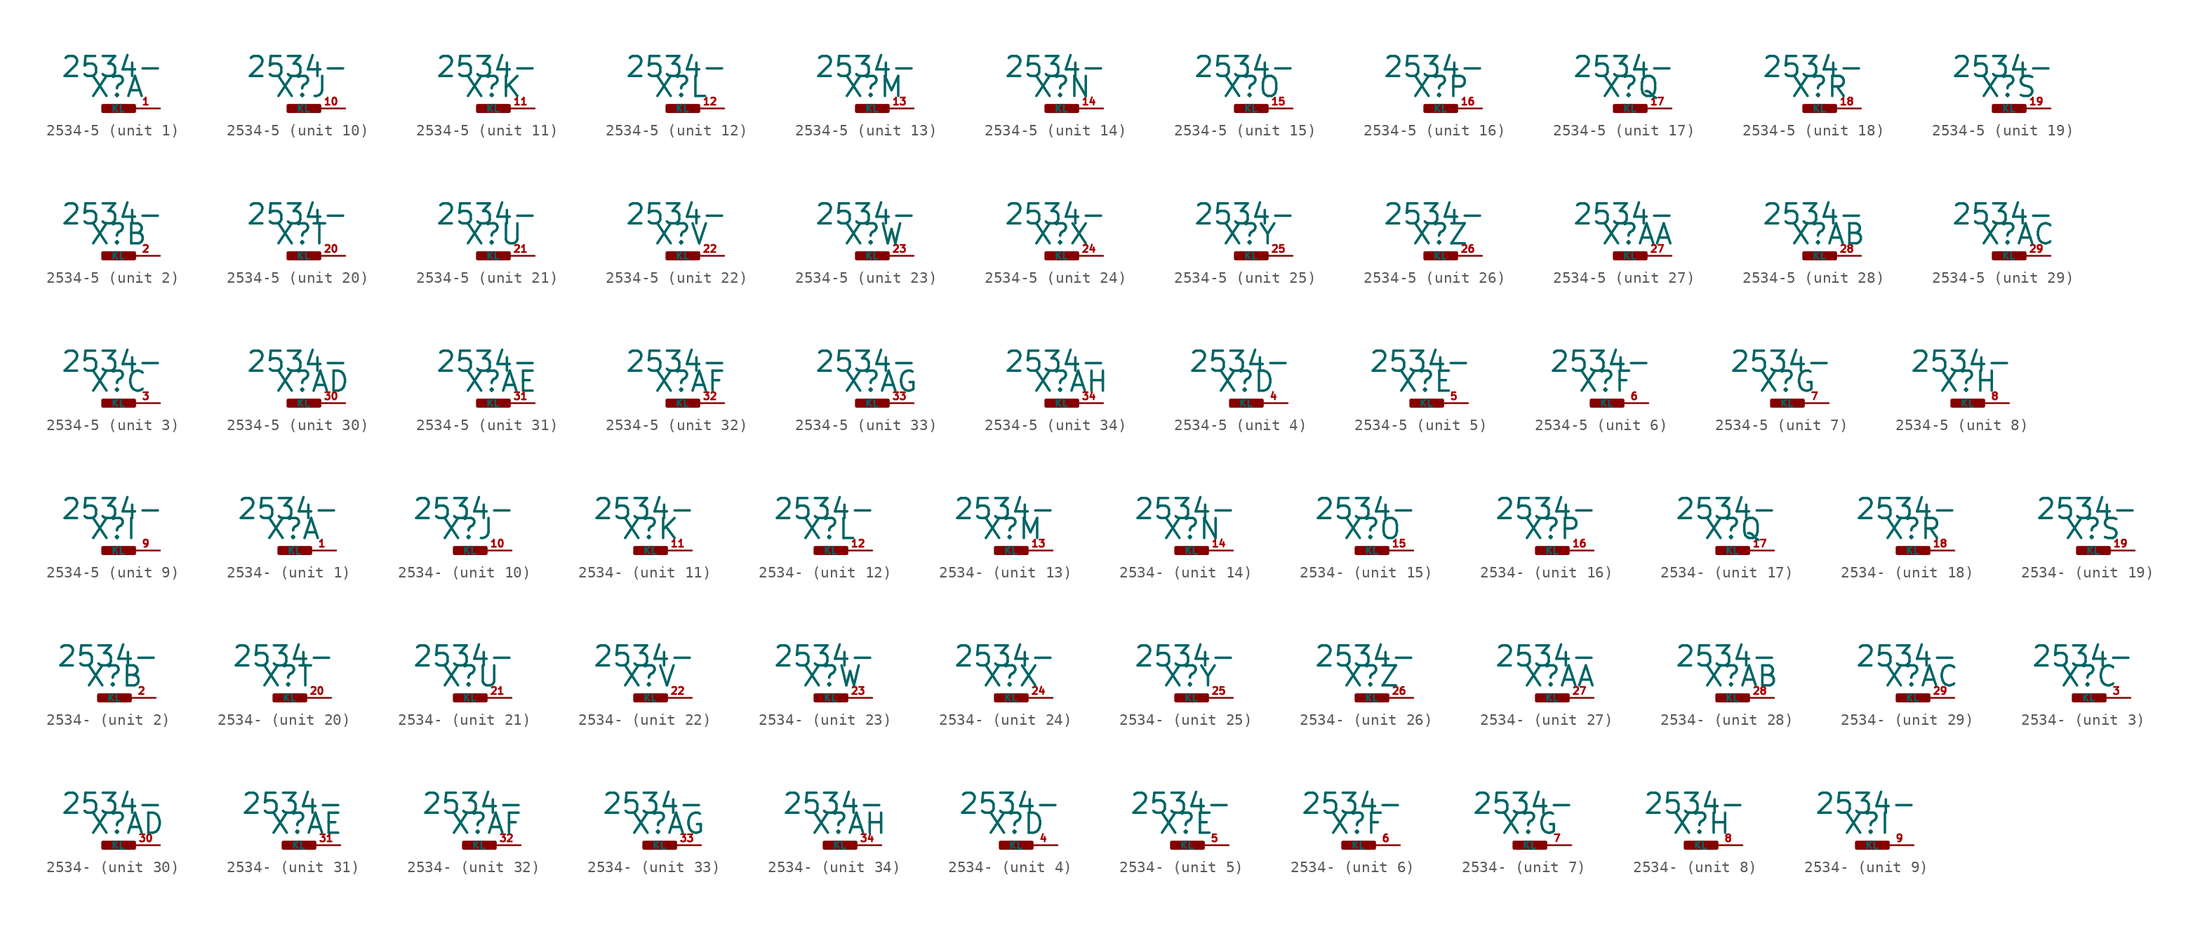
<source format=kicad_sym>
(kicad_symbol_lib
  (version 20220914)
  (generator Eagle2Kicad)
  (symbol "2534-5"
    (property "Reference" "X"
      (at -1.27 0.889 0)
      (effects (font (size 1.778 1.778) (thickness 0.22)) (justify left bottom)))
    (property "Value" "2534-"
      (at -3.81 2.667 0)
      (effects (font (size 1.778 1.778) (thickness 0.22)) (justify left bottom)))
    (symbol "2534-5_1_0"
      (rectangle (start 0 -0.254) (end 2.794 0.254) (stroke (width 0.3) (type default)) (fill (type outline)))
      (pin passive line (at 5.08 0 180) (length 2.54) (name "KL" (effects (font (size 0.635 0.635) (thickness 0.08)) (justify left bottom))) (number "1" (effects (font (size 0.635 0.635) (thickness 0.08)) (justify left bottom)))))
    (symbol "2534-5_2_0"
      (rectangle (start 0 -0.254) (end 2.794 0.254) (stroke (width 0.3) (type default)) (fill (type outline)))
      (pin passive line (at 5.08 0 180) (length 2.54) (name "KL" (effects (font (size 0.635 0.635) (thickness 0.08)) (justify left bottom))) (number "2" (effects (font (size 0.635 0.635) (thickness 0.08)) (justify left bottom)))))
    (symbol "2534-5_3_0"
      (rectangle (start 0 -0.254) (end 2.794 0.254) (stroke (width 0.3) (type default)) (fill (type outline)))
      (pin passive line (at 5.08 0 180) (length 2.54) (name "KL" (effects (font (size 0.635 0.635) (thickness 0.08)) (justify left bottom))) (number "3" (effects (font (size 0.635 0.635) (thickness 0.08)) (justify left bottom)))))
    (symbol "2534-5_4_0"
      (rectangle (start 0 -0.254) (end 2.794 0.254) (stroke (width 0.3) (type default)) (fill (type outline)))
      (pin passive line (at 5.08 0 180) (length 2.54) (name "KL" (effects (font (size 0.635 0.635) (thickness 0.08)) (justify left bottom))) (number "4" (effects (font (size 0.635 0.635) (thickness 0.08)) (justify left bottom)))))
    (symbol "2534-5_5_0"
      (rectangle (start 0 -0.254) (end 2.794 0.254) (stroke (width 0.3) (type default)) (fill (type outline)))
      (pin passive line (at 5.08 0 180) (length 2.54) (name "KL" (effects (font (size 0.635 0.635) (thickness 0.08)) (justify left bottom))) (number "5" (effects (font (size 0.635 0.635) (thickness 0.08)) (justify left bottom)))))
    (symbol "2534-5_6_0"
      (rectangle (start 0 -0.254) (end 2.794 0.254) (stroke (width 0.3) (type default)) (fill (type outline)))
      (pin passive line (at 5.08 0 180) (length 2.54) (name "KL" (effects (font (size 0.635 0.635) (thickness 0.08)) (justify left bottom))) (number "6" (effects (font (size 0.635 0.635) (thickness 0.08)) (justify left bottom)))))
    (symbol "2534-5_7_0"
      (rectangle (start 0 -0.254) (end 2.794 0.254) (stroke (width 0.3) (type default)) (fill (type outline)))
      (pin passive line (at 5.08 0 180) (length 2.54) (name "KL" (effects (font (size 0.635 0.635) (thickness 0.08)) (justify left bottom))) (number "7" (effects (font (size 0.635 0.635) (thickness 0.08)) (justify left bottom)))))
    (symbol "2534-5_8_0"
      (rectangle (start 0 -0.254) (end 2.794 0.254) (stroke (width 0.3) (type default)) (fill (type outline)))
      (pin passive line (at 5.08 0 180) (length 2.54) (name "KL" (effects (font (size 0.635 0.635) (thickness 0.08)) (justify left bottom))) (number "8" (effects (font (size 0.635 0.635) (thickness 0.08)) (justify left bottom)))))
    (symbol "2534-5_9_0"
      (rectangle (start 0 -0.254) (end 2.794 0.254) (stroke (width 0.3) (type default)) (fill (type outline)))
      (pin passive line (at 5.08 0 180) (length 2.54) (name "KL" (effects (font (size 0.635 0.635) (thickness 0.08)) (justify left bottom))) (number "9" (effects (font (size 0.635 0.635) (thickness 0.08)) (justify left bottom)))))
    (symbol "2534-5_10_0"
      (rectangle (start 0 -0.254) (end 2.794 0.254) (stroke (width 0.3) (type default)) (fill (type outline)))
      (pin passive line (at 5.08 0 180) (length 2.54) (name "KL" (effects (font (size 0.635 0.635) (thickness 0.08)) (justify left bottom))) (number "10" (effects (font (size 0.635 0.635) (thickness 0.08)) (justify left bottom)))))
    (symbol "2534-5_11_0"
      (rectangle (start 0 -0.254) (end 2.794 0.254) (stroke (width 0.3) (type default)) (fill (type outline)))
      (pin passive line (at 5.08 0 180) (length 2.54) (name "KL" (effects (font (size 0.635 0.635) (thickness 0.08)) (justify left bottom))) (number "11" (effects (font (size 0.635 0.635) (thickness 0.08)) (justify left bottom)))))
    (symbol "2534-5_12_0"
      (rectangle (start 0 -0.254) (end 2.794 0.254) (stroke (width 0.3) (type default)) (fill (type outline)))
      (pin passive line (at 5.08 0 180) (length 2.54) (name "KL" (effects (font (size 0.635 0.635) (thickness 0.08)) (justify left bottom))) (number "12" (effects (font (size 0.635 0.635) (thickness 0.08)) (justify left bottom)))))
    (symbol "2534-5_13_0"
      (rectangle (start 0 -0.254) (end 2.794 0.254) (stroke (width 0.3) (type default)) (fill (type outline)))
      (pin passive line (at 5.08 0 180) (length 2.54) (name "KL" (effects (font (size 0.635 0.635) (thickness 0.08)) (justify left bottom))) (number "13" (effects (font (size 0.635 0.635) (thickness 0.08)) (justify left bottom)))))
    (symbol "2534-5_14_0"
      (rectangle (start 0 -0.254) (end 2.794 0.254) (stroke (width 0.3) (type default)) (fill (type outline)))
      (pin passive line (at 5.08 0 180) (length 2.54) (name "KL" (effects (font (size 0.635 0.635) (thickness 0.08)) (justify left bottom))) (number "14" (effects (font (size 0.635 0.635) (thickness 0.08)) (justify left bottom)))))
    (symbol "2534-5_15_0"
      (rectangle (start 0 -0.254) (end 2.794 0.254) (stroke (width 0.3) (type default)) (fill (type outline)))
      (pin passive line (at 5.08 0 180) (length 2.54) (name "KL" (effects (font (size 0.635 0.635) (thickness 0.08)) (justify left bottom))) (number "15" (effects (font (size 0.635 0.635) (thickness 0.08)) (justify left bottom)))))
    (symbol "2534-5_16_0"
      (rectangle (start 0 -0.254) (end 2.794 0.254) (stroke (width 0.3) (type default)) (fill (type outline)))
      (pin passive line (at 5.08 0 180) (length 2.54) (name "KL" (effects (font (size 0.635 0.635) (thickness 0.08)) (justify left bottom))) (number "16" (effects (font (size 0.635 0.635) (thickness 0.08)) (justify left bottom)))))
    (symbol "2534-5_17_0"
      (rectangle (start 0 -0.254) (end 2.794 0.254) (stroke (width 0.3) (type default)) (fill (type outline)))
      (pin passive line (at 5.08 0 180) (length 2.54) (name "KL" (effects (font (size 0.635 0.635) (thickness 0.08)) (justify left bottom))) (number "17" (effects (font (size 0.635 0.635) (thickness 0.08)) (justify left bottom)))))
    (symbol "2534-5_18_0"
      (rectangle (start 0 -0.254) (end 2.794 0.254) (stroke (width 0.3) (type default)) (fill (type outline)))
      (pin passive line (at 5.08 0 180) (length 2.54) (name "KL" (effects (font (size 0.635 0.635) (thickness 0.08)) (justify left bottom))) (number "18" (effects (font (size 0.635 0.635) (thickness 0.08)) (justify left bottom)))))
    (symbol "2534-5_19_0"
      (rectangle (start 0 -0.254) (end 2.794 0.254) (stroke (width 0.3) (type default)) (fill (type outline)))
      (pin passive line (at 5.08 0 180) (length 2.54) (name "KL" (effects (font (size 0.635 0.635) (thickness 0.08)) (justify left bottom))) (number "19" (effects (font (size 0.635 0.635) (thickness 0.08)) (justify left bottom)))))
    (symbol "2534-5_20_0"
      (rectangle (start 0 -0.254) (end 2.794 0.254) (stroke (width 0.3) (type default)) (fill (type outline)))
      (pin passive line (at 5.08 0 180) (length 2.54) (name "KL" (effects (font (size 0.635 0.635) (thickness 0.08)) (justify left bottom))) (number "20" (effects (font (size 0.635 0.635) (thickness 0.08)) (justify left bottom)))))
    (symbol "2534-5_21_0"
      (rectangle (start 0 -0.254) (end 2.794 0.254) (stroke (width 0.3) (type default)) (fill (type outline)))
      (pin passive line (at 5.08 0 180) (length 2.54) (name "KL" (effects (font (size 0.635 0.635) (thickness 0.08)) (justify left bottom))) (number "21" (effects (font (size 0.635 0.635) (thickness 0.08)) (justify left bottom)))))
    (symbol "2534-5_22_0"
      (rectangle (start 0 -0.254) (end 2.794 0.254) (stroke (width 0.3) (type default)) (fill (type outline)))
      (pin passive line (at 5.08 0 180) (length 2.54) (name "KL" (effects (font (size 0.635 0.635) (thickness 0.08)) (justify left bottom))) (number "22" (effects (font (size 0.635 0.635) (thickness 0.08)) (justify left bottom)))))
    (symbol "2534-5_23_0"
      (rectangle (start 0 -0.254) (end 2.794 0.254) (stroke (width 0.3) (type default)) (fill (type outline)))
      (pin passive line (at 5.08 0 180) (length 2.54) (name "KL" (effects (font (size 0.635 0.635) (thickness 0.08)) (justify left bottom))) (number "23" (effects (font (size 0.635 0.635) (thickness 0.08)) (justify left bottom)))))
    (symbol "2534-5_24_0"
      (rectangle (start 0 -0.254) (end 2.794 0.254) (stroke (width 0.3) (type default)) (fill (type outline)))
      (pin passive line (at 5.08 0 180) (length 2.54) (name "KL" (effects (font (size 0.635 0.635) (thickness 0.08)) (justify left bottom))) (number "24" (effects (font (size 0.635 0.635) (thickness 0.08)) (justify left bottom)))))
    (symbol "2534-5_25_0"
      (rectangle (start 0 -0.254) (end 2.794 0.254) (stroke (width 0.3) (type default)) (fill (type outline)))
      (pin passive line (at 5.08 0 180) (length 2.54) (name "KL" (effects (font (size 0.635 0.635) (thickness 0.08)) (justify left bottom))) (number "25" (effects (font (size 0.635 0.635) (thickness 0.08)) (justify left bottom)))))
    (symbol "2534-5_26_0"
      (rectangle (start 0 -0.254) (end 2.794 0.254) (stroke (width 0.3) (type default)) (fill (type outline)))
      (pin passive line (at 5.08 0 180) (length 2.54) (name "KL" (effects (font (size 0.635 0.635) (thickness 0.08)) (justify left bottom))) (number "26" (effects (font (size 0.635 0.635) (thickness 0.08)) (justify left bottom)))))
    (symbol "2534-5_27_0"
      (rectangle (start 0 -0.254) (end 2.794 0.254) (stroke (width 0.3) (type default)) (fill (type outline)))
      (pin passive line (at 5.08 0 180) (length 2.54) (name "KL" (effects (font (size 0.635 0.635) (thickness 0.08)) (justify left bottom))) (number "27" (effects (font (size 0.635 0.635) (thickness 0.08)) (justify left bottom)))))
    (symbol "2534-5_28_0"
      (rectangle (start 0 -0.254) (end 2.794 0.254) (stroke (width 0.3) (type default)) (fill (type outline)))
      (pin passive line (at 5.08 0 180) (length 2.54) (name "KL" (effects (font (size 0.635 0.635) (thickness 0.08)) (justify left bottom))) (number "28" (effects (font (size 0.635 0.635) (thickness 0.08)) (justify left bottom)))))
    (symbol "2534-5_29_0"
      (rectangle (start 0 -0.254) (end 2.794 0.254) (stroke (width 0.3) (type default)) (fill (type outline)))
      (pin passive line (at 5.08 0 180) (length 2.54) (name "KL" (effects (font (size 0.635 0.635) (thickness 0.08)) (justify left bottom))) (number "29" (effects (font (size 0.635 0.635) (thickness 0.08)) (justify left bottom)))))
    (symbol "2534-5_30_0"
      (rectangle (start 0 -0.254) (end 2.794 0.254) (stroke (width 0.3) (type default)) (fill (type outline)))
      (pin passive line (at 5.08 0 180) (length 2.54) (name "KL" (effects (font (size 0.635 0.635) (thickness 0.08)) (justify left bottom))) (number "30" (effects (font (size 0.635 0.635) (thickness 0.08)) (justify left bottom)))))
    (symbol "2534-5_31_0"
      (rectangle (start 0 -0.254) (end 2.794 0.254) (stroke (width 0.3) (type default)) (fill (type outline)))
      (pin passive line (at 5.08 0 180) (length 2.54) (name "KL" (effects (font (size 0.635 0.635) (thickness 0.08)) (justify left bottom))) (number "31" (effects (font (size 0.635 0.635) (thickness 0.08)) (justify left bottom)))))
    (symbol "2534-5_32_0"
      (rectangle (start 0 -0.254) (end 2.794 0.254) (stroke (width 0.3) (type default)) (fill (type outline)))
      (pin passive line (at 5.08 0 180) (length 2.54) (name "KL" (effects (font (size 0.635 0.635) (thickness 0.08)) (justify left bottom))) (number "32" (effects (font (size 0.635 0.635) (thickness 0.08)) (justify left bottom)))))
    (symbol "2534-5_33_0"
      (rectangle (start 0 -0.254) (end 2.794 0.254) (stroke (width 0.3) (type default)) (fill (type outline)))
      (pin passive line (at 5.08 0 180) (length 2.54) (name "KL" (effects (font (size 0.635 0.635) (thickness 0.08)) (justify left bottom))) (number "33" (effects (font (size 0.635 0.635) (thickness 0.08)) (justify left bottom)))))
    (symbol "2534-5_34_0"
      (rectangle (start 0 -0.254) (end 2.794 0.254) (stroke (width 0.3) (type default)) (fill (type outline)))
      (pin passive line (at 5.08 0 180) (length 2.54) (name "KL" (effects (font (size 0.635 0.635) (thickness 0.08)) (justify left bottom))) (number "34" (effects (font (size 0.635 0.635) (thickness 0.08)) (justify left bottom))))))
  (symbol "2534-"
    (property "Reference" "X"
      (at -1.27 0.889 0)
      (effects (font (size 1.778 1.778) (thickness 0.22)) (justify left bottom)))
    (property "Value" "2534-"
      (at -3.81 2.667 0)
      (effects (font (size 1.778 1.778) (thickness 0.22)) (justify left bottom)))
    (symbol "2534-_1_0"
      (rectangle (start 0 -0.254) (end 2.794 0.254) (stroke (width 0.3) (type default)) (fill (type outline)))
      (pin passive line (at 5.08 0 180) (length 2.54) (name "KL" (effects (font (size 0.635 0.635) (thickness 0.08)) (justify left bottom))) (number "1" (effects (font (size 0.635 0.635) (thickness 0.08)) (justify left bottom)))))
    (symbol "2534-_2_0"
      (rectangle (start 0 -0.254) (end 2.794 0.254) (stroke (width 0.3) (type default)) (fill (type outline)))
      (pin passive line (at 5.08 0 180) (length 2.54) (name "KL" (effects (font (size 0.635 0.635) (thickness 0.08)) (justify left bottom))) (number "2" (effects (font (size 0.635 0.635) (thickness 0.08)) (justify left bottom)))))
    (symbol "2534-_3_0"
      (rectangle (start 0 -0.254) (end 2.794 0.254) (stroke (width 0.3) (type default)) (fill (type outline)))
      (pin passive line (at 5.08 0 180) (length 2.54) (name "KL" (effects (font (size 0.635 0.635) (thickness 0.08)) (justify left bottom))) (number "3" (effects (font (size 0.635 0.635) (thickness 0.08)) (justify left bottom)))))
    (symbol "2534-_4_0"
      (rectangle (start 0 -0.254) (end 2.794 0.254) (stroke (width 0.3) (type default)) (fill (type outline)))
      (pin passive line (at 5.08 0 180) (length 2.54) (name "KL" (effects (font (size 0.635 0.635) (thickness 0.08)) (justify left bottom))) (number "4" (effects (font (size 0.635 0.635) (thickness 0.08)) (justify left bottom)))))
    (symbol "2534-_5_0"
      (rectangle (start 0 -0.254) (end 2.794 0.254) (stroke (width 0.3) (type default)) (fill (type outline)))
      (pin passive line (at 5.08 0 180) (length 2.54) (name "KL" (effects (font (size 0.635 0.635) (thickness 0.08)) (justify left bottom))) (number "5" (effects (font (size 0.635 0.635) (thickness 0.08)) (justify left bottom)))))
    (symbol "2534-_6_0"
      (rectangle (start 0 -0.254) (end 2.794 0.254) (stroke (width 0.3) (type default)) (fill (type outline)))
      (pin passive line (at 5.08 0 180) (length 2.54) (name "KL" (effects (font (size 0.635 0.635) (thickness 0.08)) (justify left bottom))) (number "6" (effects (font (size 0.635 0.635) (thickness 0.08)) (justify left bottom)))))
    (symbol "2534-_7_0"
      (rectangle (start 0 -0.254) (end 2.794 0.254) (stroke (width 0.3) (type default)) (fill (type outline)))
      (pin passive line (at 5.08 0 180) (length 2.54) (name "KL" (effects (font (size 0.635 0.635) (thickness 0.08)) (justify left bottom))) (number "7" (effects (font (size 0.635 0.635) (thickness 0.08)) (justify left bottom)))))
    (symbol "2534-_8_0"
      (rectangle (start 0 -0.254) (end 2.794 0.254) (stroke (width 0.3) (type default)) (fill (type outline)))
      (pin passive line (at 5.08 0 180) (length 2.54) (name "KL" (effects (font (size 0.635 0.635) (thickness 0.08)) (justify left bottom))) (number "8" (effects (font (size 0.635 0.635) (thickness 0.08)) (justify left bottom)))))
    (symbol "2534-_9_0"
      (rectangle (start 0 -0.254) (end 2.794 0.254) (stroke (width 0.3) (type default)) (fill (type outline)))
      (pin passive line (at 5.08 0 180) (length 2.54) (name "KL" (effects (font (size 0.635 0.635) (thickness 0.08)) (justify left bottom))) (number "9" (effects (font (size 0.635 0.635) (thickness 0.08)) (justify left bottom)))))
    (symbol "2534-_10_0"
      (rectangle (start 0 -0.254) (end 2.794 0.254) (stroke (width 0.3) (type default)) (fill (type outline)))
      (pin passive line (at 5.08 0 180) (length 2.54) (name "KL" (effects (font (size 0.635 0.635) (thickness 0.08)) (justify left bottom))) (number "10" (effects (font (size 0.635 0.635) (thickness 0.08)) (justify left bottom)))))
    (symbol "2534-_11_0"
      (rectangle (start 0 -0.254) (end 2.794 0.254) (stroke (width 0.3) (type default)) (fill (type outline)))
      (pin passive line (at 5.08 0 180) (length 2.54) (name "KL" (effects (font (size 0.635 0.635) (thickness 0.08)) (justify left bottom))) (number "11" (effects (font (size 0.635 0.635) (thickness 0.08)) (justify left bottom)))))
    (symbol "2534-_12_0"
      (rectangle (start 0 -0.254) (end 2.794 0.254) (stroke (width 0.3) (type default)) (fill (type outline)))
      (pin passive line (at 5.08 0 180) (length 2.54) (name "KL" (effects (font (size 0.635 0.635) (thickness 0.08)) (justify left bottom))) (number "12" (effects (font (size 0.635 0.635) (thickness 0.08)) (justify left bottom)))))
    (symbol "2534-_13_0"
      (rectangle (start 0 -0.254) (end 2.794 0.254) (stroke (width 0.3) (type default)) (fill (type outline)))
      (pin passive line (at 5.08 0 180) (length 2.54) (name "KL" (effects (font (size 0.635 0.635) (thickness 0.08)) (justify left bottom))) (number "13" (effects (font (size 0.635 0.635) (thickness 0.08)) (justify left bottom)))))
    (symbol "2534-_14_0"
      (rectangle (start 0 -0.254) (end 2.794 0.254) (stroke (width 0.3) (type default)) (fill (type outline)))
      (pin passive line (at 5.08 0 180) (length 2.54) (name "KL" (effects (font (size 0.635 0.635) (thickness 0.08)) (justify left bottom))) (number "14" (effects (font (size 0.635 0.635) (thickness 0.08)) (justify left bottom)))))
    (symbol "2534-_15_0"
      (rectangle (start 0 -0.254) (end 2.794 0.254) (stroke (width 0.3) (type default)) (fill (type outline)))
      (pin passive line (at 5.08 0 180) (length 2.54) (name "KL" (effects (font (size 0.635 0.635) (thickness 0.08)) (justify left bottom))) (number "15" (effects (font (size 0.635 0.635) (thickness 0.08)) (justify left bottom)))))
    (symbol "2534-_16_0"
      (rectangle (start 0 -0.254) (end 2.794 0.254) (stroke (width 0.3) (type default)) (fill (type outline)))
      (pin passive line (at 5.08 0 180) (length 2.54) (name "KL" (effects (font (size 0.635 0.635) (thickness 0.08)) (justify left bottom))) (number "16" (effects (font (size 0.635 0.635) (thickness 0.08)) (justify left bottom)))))
    (symbol "2534-_17_0"
      (rectangle (start 0 -0.254) (end 2.794 0.254) (stroke (width 0.3) (type default)) (fill (type outline)))
      (pin passive line (at 5.08 0 180) (length 2.54) (name "KL" (effects (font (size 0.635 0.635) (thickness 0.08)) (justify left bottom))) (number "17" (effects (font (size 0.635 0.635) (thickness 0.08)) (justify left bottom)))))
    (symbol "2534-_18_0"
      (rectangle (start 0 -0.254) (end 2.794 0.254) (stroke (width 0.3) (type default)) (fill (type outline)))
      (pin passive line (at 5.08 0 180) (length 2.54) (name "KL" (effects (font (size 0.635 0.635) (thickness 0.08)) (justify left bottom))) (number "18" (effects (font (size 0.635 0.635) (thickness 0.08)) (justify left bottom)))))
    (symbol "2534-_19_0"
      (rectangle (start 0 -0.254) (end 2.794 0.254) (stroke (width 0.3) (type default)) (fill (type outline)))
      (pin passive line (at 5.08 0 180) (length 2.54) (name "KL" (effects (font (size 0.635 0.635) (thickness 0.08)) (justify left bottom))) (number "19" (effects (font (size 0.635 0.635) (thickness 0.08)) (justify left bottom)))))
    (symbol "2534-_20_0"
      (rectangle (start 0 -0.254) (end 2.794 0.254) (stroke (width 0.3) (type default)) (fill (type outline)))
      (pin passive line (at 5.08 0 180) (length 2.54) (name "KL" (effects (font (size 0.635 0.635) (thickness 0.08)) (justify left bottom))) (number "20" (effects (font (size 0.635 0.635) (thickness 0.08)) (justify left bottom)))))
    (symbol "2534-_21_0"
      (rectangle (start 0 -0.254) (end 2.794 0.254) (stroke (width 0.3) (type default)) (fill (type outline)))
      (pin passive line (at 5.08 0 180) (length 2.54) (name "KL" (effects (font (size 0.635 0.635) (thickness 0.08)) (justify left bottom))) (number "21" (effects (font (size 0.635 0.635) (thickness 0.08)) (justify left bottom)))))
    (symbol "2534-_22_0"
      (rectangle (start 0 -0.254) (end 2.794 0.254) (stroke (width 0.3) (type default)) (fill (type outline)))
      (pin passive line (at 5.08 0 180) (length 2.54) (name "KL" (effects (font (size 0.635 0.635) (thickness 0.08)) (justify left bottom))) (number "22" (effects (font (size 0.635 0.635) (thickness 0.08)) (justify left bottom)))))
    (symbol "2534-_23_0"
      (rectangle (start 0 -0.254) (end 2.794 0.254) (stroke (width 0.3) (type default)) (fill (type outline)))
      (pin passive line (at 5.08 0 180) (length 2.54) (name "KL" (effects (font (size 0.635 0.635) (thickness 0.08)) (justify left bottom))) (number "23" (effects (font (size 0.635 0.635) (thickness 0.08)) (justify left bottom)))))
    (symbol "2534-_24_0"
      (rectangle (start 0 -0.254) (end 2.794 0.254) (stroke (width 0.3) (type default)) (fill (type outline)))
      (pin passive line (at 5.08 0 180) (length 2.54) (name "KL" (effects (font (size 0.635 0.635) (thickness 0.08)) (justify left bottom))) (number "24" (effects (font (size 0.635 0.635) (thickness 0.08)) (justify left bottom)))))
    (symbol "2534-_25_0"
      (rectangle (start 0 -0.254) (end 2.794 0.254) (stroke (width 0.3) (type default)) (fill (type outline)))
      (pin passive line (at 5.08 0 180) (length 2.54) (name "KL" (effects (font (size 0.635 0.635) (thickness 0.08)) (justify left bottom))) (number "25" (effects (font (size 0.635 0.635) (thickness 0.08)) (justify left bottom)))))
    (symbol "2534-_26_0"
      (rectangle (start 0 -0.254) (end 2.794 0.254) (stroke (width 0.3) (type default)) (fill (type outline)))
      (pin passive line (at 5.08 0 180) (length 2.54) (name "KL" (effects (font (size 0.635 0.635) (thickness 0.08)) (justify left bottom))) (number "26" (effects (font (size 0.635 0.635) (thickness 0.08)) (justify left bottom)))))
    (symbol "2534-_27_0"
      (rectangle (start 0 -0.254) (end 2.794 0.254) (stroke (width 0.3) (type default)) (fill (type outline)))
      (pin passive line (at 5.08 0 180) (length 2.54) (name "KL" (effects (font (size 0.635 0.635) (thickness 0.08)) (justify left bottom))) (number "27" (effects (font (size 0.635 0.635) (thickness 0.08)) (justify left bottom)))))
    (symbol "2534-_28_0"
      (rectangle (start 0 -0.254) (end 2.794 0.254) (stroke (width 0.3) (type default)) (fill (type outline)))
      (pin passive line (at 5.08 0 180) (length 2.54) (name "KL" (effects (font (size 0.635 0.635) (thickness 0.08)) (justify left bottom))) (number "28" (effects (font (size 0.635 0.635) (thickness 0.08)) (justify left bottom)))))
    (symbol "2534-_29_0"
      (rectangle (start 0 -0.254) (end 2.794 0.254) (stroke (width 0.3) (type default)) (fill (type outline)))
      (pin passive line (at 5.08 0 180) (length 2.54) (name "KL" (effects (font (size 0.635 0.635) (thickness 0.08)) (justify left bottom))) (number "29" (effects (font (size 0.635 0.635) (thickness 0.08)) (justify left bottom)))))
    (symbol "2534-_30_0"
      (rectangle (start 0 -0.254) (end 2.794 0.254) (stroke (width 0.3) (type default)) (fill (type outline)))
      (pin passive line (at 5.08 0 180) (length 2.54) (name "KL" (effects (font (size 0.635 0.635) (thickness 0.08)) (justify left bottom))) (number "30" (effects (font (size 0.635 0.635) (thickness 0.08)) (justify left bottom)))))
    (symbol "2534-_31_0"
      (rectangle (start 0 -0.254) (end 2.794 0.254) (stroke (width 0.3) (type default)) (fill (type outline)))
      (pin passive line (at 5.08 0 180) (length 2.54) (name "KL" (effects (font (size 0.635 0.635) (thickness 0.08)) (justify left bottom))) (number "31" (effects (font (size 0.635 0.635) (thickness 0.08)) (justify left bottom)))))
    (symbol "2534-_32_0"
      (rectangle (start 0 -0.254) (end 2.794 0.254) (stroke (width 0.3) (type default)) (fill (type outline)))
      (pin passive line (at 5.08 0 180) (length 2.54) (name "KL" (effects (font (size 0.635 0.635) (thickness 0.08)) (justify left bottom))) (number "32" (effects (font (size 0.635 0.635) (thickness 0.08)) (justify left bottom)))))
    (symbol "2534-_33_0"
      (rectangle (start 0 -0.254) (end 2.794 0.254) (stroke (width 0.3) (type default)) (fill (type outline)))
      (pin passive line (at 5.08 0 180) (length 2.54) (name "KL" (effects (font (size 0.635 0.635) (thickness 0.08)) (justify left bottom))) (number "33" (effects (font (size 0.635 0.635) (thickness 0.08)) (justify left bottom)))))
    (symbol "2534-_34_0"
      (rectangle (start 0 -0.254) (end 2.794 0.254) (stroke (width 0.3) (type default)) (fill (type outline)))
      (pin passive line (at 5.08 0 180) (length 2.54) (name "KL" (effects (font (size 0.635 0.635) (thickness 0.08)) (justify left bottom))) (number "34" (effects (font (size 0.635 0.635) (thickness 0.08)) (justify left bottom)))))))
</source>
